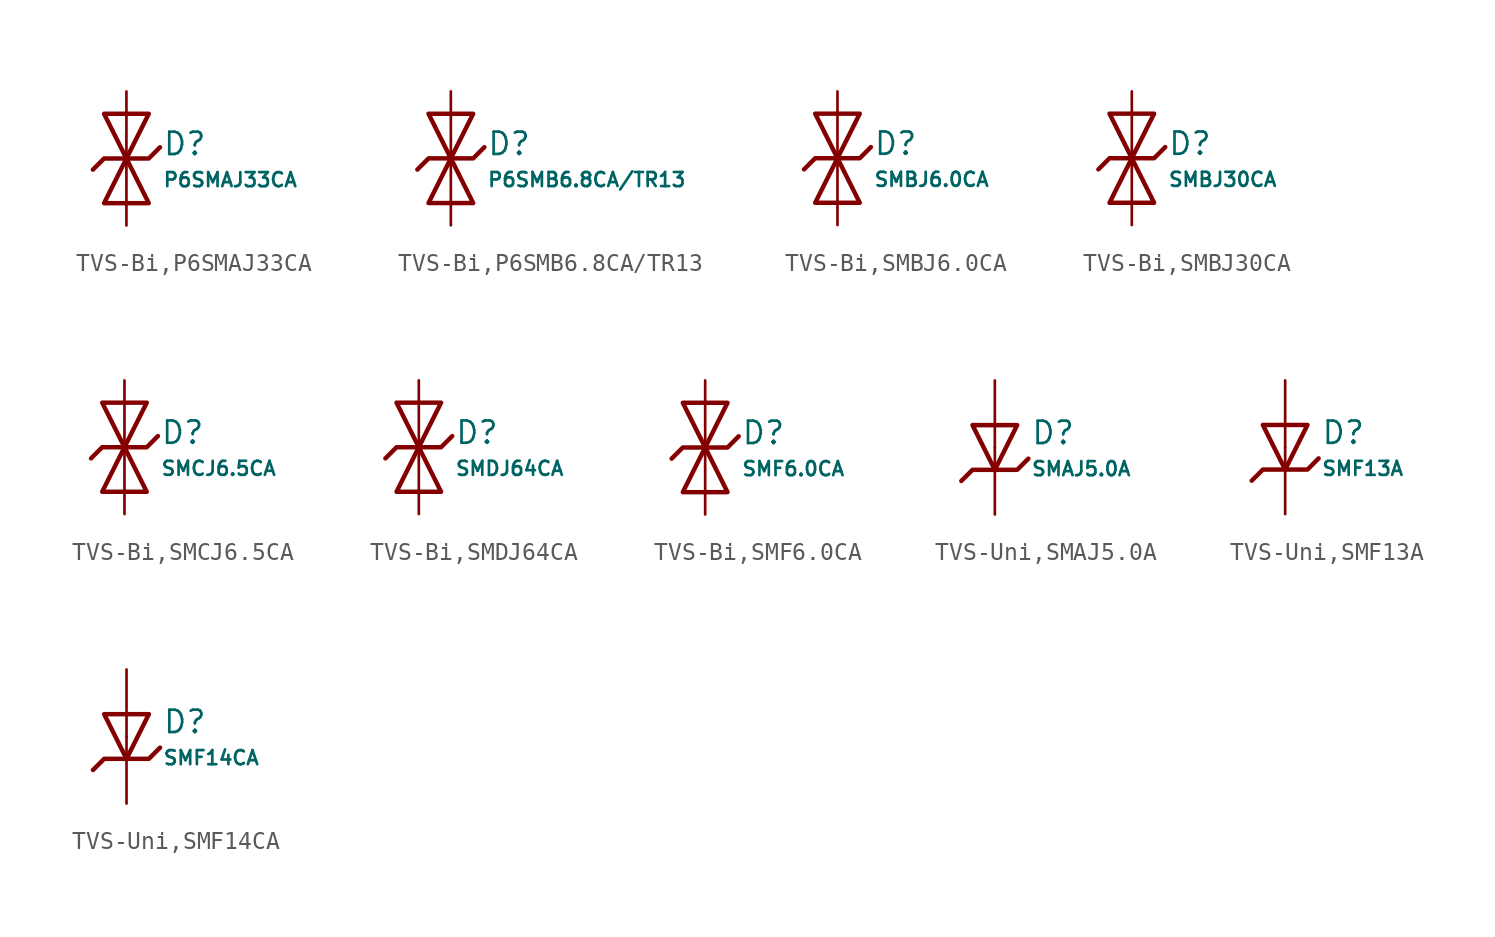
<source format=kicad_sym>
(kicad_symbol_lib
  (version 20231120)
  (generator "CDFER")
  (generator_version "8.0")
  (symbol "TVS-Bi,P6SMAJ33CA"
    (pin_numbers hide)
    (pin_names
      (offset 0))
    (property "Reference" "D"
      (at 2.032 0.834 0)
      (effects (font (size 1.27 1.27)) (justify left)))
    (property "Value" "P6SMAJ33CA"
      (at 2.032 -1.212 0)
      (effects (font (size 0.8 0.8)) (justify left)))
    (symbol "TVS-Bi,P6SMAJ33CA_0_1"
      (polyline (pts (xy -1.27 2.54) (xy 0 0) (xy 1.27 2.54) (xy -1.27 2.54)) (stroke (width 0.254) (type default)) (fill (type none))))
    (symbol "TVS-Bi,P6SMAJ33CA_0_1"
      (polyline (pts (xy 1.27 -2.54) (xy 0 0) (xy -1.27 -2.54) (xy 1.27 -2.54)) (stroke (width 0.254) (type default)) (fill (type none))))
    (symbol "TVS-Bi,P6SMAJ33CA_0_1"
      (polyline (pts (xy -1.905 -0.635) (xy -1.27 0) (xy 1.27 0) (xy 1.905 0.635)) (stroke (width 0.254) (type default)) (fill (type none))))
    (symbol "TVS-Bi,P6SMAJ33CA_1_1"
      (pin passive line (at 0 3.81 270) (length 3.81) (name "~" (effects (font (size 1.27 1.27)))) (number "2" (effects (font (size 1.27 1.27)))))
      (pin passive line (at 0 -3.81 90) (length 3.81) (name "~" (effects (font (size 1.27 1.27)))) (number "1" (effects (font (size 1.27 1.27)))))))
  (symbol "TVS-Bi,P6SMB6.8CA/TR13"
    (pin_numbers hide)
    (pin_names
      (offset 0))
    (property "Reference" "D"
      (at 2.032 0.834 0)
      (effects (font (size 1.27 1.27)) (justify left)))
    (property "Value" "P6SMB6.8CA/TR13"
      (at 2.032 -1.212 0)
      (effects (font (size 0.8 0.8)) (justify left)))
    (symbol "TVS-Bi,P6SMB6.8CA/TR13_0_1"
      (polyline (pts (xy -1.27 2.54) (xy 0 0) (xy 1.27 2.54) (xy -1.27 2.54)) (stroke (width 0.254) (type default)) (fill (type none))))
    (symbol "TVS-Bi,P6SMB6.8CA/TR13_0_1"
      (polyline (pts (xy 1.27 -2.54) (xy 0 0) (xy -1.27 -2.54) (xy 1.27 -2.54)) (stroke (width 0.254) (type default)) (fill (type none))))
    (symbol "TVS-Bi,P6SMB6.8CA/TR13_0_1"
      (polyline (pts (xy -1.905 -0.635) (xy -1.27 0) (xy 1.27 0) (xy 1.905 0.635)) (stroke (width 0.254) (type default)) (fill (type none))))
    (symbol "TVS-Bi,P6SMB6.8CA/TR13_1_1"
      (pin passive line (at 0 3.81 270) (length 3.81) (name "~" (effects (font (size 1.27 1.27)))) (number "2" (effects (font (size 1.27 1.27)))))
      (pin passive line (at 0 -3.81 90) (length 3.81) (name "~" (effects (font (size 1.27 1.27)))) (number "1" (effects (font (size 1.27 1.27)))))))
  (symbol "TVS-Bi,SMBJ6.0CA"
    (pin_numbers hide)
    (pin_names
      (offset 0))
    (property "Reference" "D"
      (at 2.032 0.834 0)
      (effects (font (size 1.27 1.27)) (justify left)))
    (property "Value" "SMBJ6.0CA"
      (at 2.032 -1.212 0)
      (effects (font (size 0.8 0.8)) (justify left)))
    (symbol "TVS-Bi,SMBJ6.0CA_0_1"
      (polyline (pts (xy -1.27 2.54) (xy 0 0) (xy 1.27 2.54) (xy -1.27 2.54)) (stroke (width 0.254) (type default)) (fill (type none))))
    (symbol "TVS-Bi,SMBJ6.0CA_0_1"
      (polyline (pts (xy 1.27 -2.54) (xy 0 0) (xy -1.27 -2.54) (xy 1.27 -2.54)) (stroke (width 0.254) (type default)) (fill (type none))))
    (symbol "TVS-Bi,SMBJ6.0CA_0_1"
      (polyline (pts (xy -1.905 -0.635) (xy -1.27 0) (xy 1.27 0) (xy 1.905 0.635)) (stroke (width 0.254) (type default)) (fill (type none))))
    (symbol "TVS-Bi,SMBJ6.0CA_1_1"
      (pin passive line (at 0 3.81 270) (length 3.81) (name "~" (effects (font (size 1.27 1.27)))) (number "2" (effects (font (size 1.27 1.27)))))
      (pin passive line (at 0 -3.81 90) (length 3.81) (name "~" (effects (font (size 1.27 1.27)))) (number "1" (effects (font (size 1.27 1.27)))))))
  (symbol "TVS-Bi,SMBJ30CA"
    (pin_numbers hide)
    (pin_names
      (offset 0))
    (property "Reference" "D"
      (at 2.032 0.834 0)
      (effects (font (size 1.27 1.27)) (justify left)))
    (property "Value" "SMBJ30CA"
      (at 2.032 -1.212 0)
      (effects (font (size 0.8 0.8)) (justify left)))
    (symbol "TVS-Bi,SMBJ30CA_0_1"
      (polyline (pts (xy -1.27 2.54) (xy 0 0) (xy 1.27 2.54) (xy -1.27 2.54)) (stroke (width 0.254) (type default)) (fill (type none))))
    (symbol "TVS-Bi,SMBJ30CA_0_1"
      (polyline (pts (xy 1.27 -2.54) (xy 0 0) (xy -1.27 -2.54) (xy 1.27 -2.54)) (stroke (width 0.254) (type default)) (fill (type none))))
    (symbol "TVS-Bi,SMBJ30CA_0_1"
      (polyline (pts (xy -1.905 -0.635) (xy -1.27 0) (xy 1.27 0) (xy 1.905 0.635)) (stroke (width 0.254) (type default)) (fill (type none))))
    (symbol "TVS-Bi,SMBJ30CA_1_1"
      (pin passive line (at 0 3.81 270) (length 3.81) (name "~" (effects (font (size 1.27 1.27)))) (number "2" (effects (font (size 1.27 1.27)))))
      (pin passive line (at 0 -3.81 90) (length 3.81) (name "~" (effects (font (size 1.27 1.27)))) (number "1" (effects (font (size 1.27 1.27)))))))
  (symbol "TVS-Bi,SMCJ6.5CA"
    (pin_numbers hide)
    (pin_names
      (offset 0))
    (property "Reference" "D"
      (at 2.032 0.834 0)
      (effects (font (size 1.27 1.27)) (justify left)))
    (property "Value" "SMCJ6.5CA"
      (at 2.032 -1.212 0)
      (effects (font (size 0.8 0.8)) (justify left)))
    (symbol "TVS-Bi,SMCJ6.5CA_0_1"
      (polyline (pts (xy -1.27 2.54) (xy 0 0) (xy 1.27 2.54) (xy -1.27 2.54)) (stroke (width 0.254) (type default)) (fill (type none))))
    (symbol "TVS-Bi,SMCJ6.5CA_0_1"
      (polyline (pts (xy 1.27 -2.54) (xy 0 0) (xy -1.27 -2.54) (xy 1.27 -2.54)) (stroke (width 0.254) (type default)) (fill (type none))))
    (symbol "TVS-Bi,SMCJ6.5CA_0_1"
      (polyline (pts (xy -1.905 -0.635) (xy -1.27 0) (xy 1.27 0) (xy 1.905 0.635)) (stroke (width 0.254) (type default)) (fill (type none))))
    (symbol "TVS-Bi,SMCJ6.5CA_1_1"
      (pin passive line (at 0 3.81 270) (length 3.81) (name "~" (effects (font (size 1.27 1.27)))) (number "2" (effects (font (size 1.27 1.27)))))
      (pin passive line (at 0 -3.81 90) (length 3.81) (name "~" (effects (font (size 1.27 1.27)))) (number "1" (effects (font (size 1.27 1.27)))))))
  (symbol "TVS-Bi,SMDJ64CA"
    (pin_numbers hide)
    (pin_names
      (offset 0))
    (property "Reference" "D"
      (at 2.032 0.834 0)
      (effects (font (size 1.27 1.27)) (justify left)))
    (property "Value" "SMDJ64CA"
      (at 2.032 -1.212 0)
      (effects (font (size 0.8 0.8)) (justify left)))
    (symbol "TVS-Bi,SMDJ64CA_0_1"
      (polyline (pts (xy -1.27 2.54) (xy 0 0) (xy 1.27 2.54) (xy -1.27 2.54)) (stroke (width 0.254) (type default)) (fill (type none))))
    (symbol "TVS-Bi,SMDJ64CA_0_1"
      (polyline (pts (xy 1.27 -2.54) (xy 0 0) (xy -1.27 -2.54) (xy 1.27 -2.54)) (stroke (width 0.254) (type default)) (fill (type none))))
    (symbol "TVS-Bi,SMDJ64CA_0_1"
      (polyline (pts (xy -1.905 -0.635) (xy -1.27 0) (xy 1.27 0) (xy 1.905 0.635)) (stroke (width 0.254) (type default)) (fill (type none))))
    (symbol "TVS-Bi,SMDJ64CA_1_1"
      (pin passive line (at 0 3.81 270) (length 3.81) (name "~" (effects (font (size 1.27 1.27)))) (number "2" (effects (font (size 1.27 1.27)))))
      (pin passive line (at 0 -3.81 90) (length 3.81) (name "~" (effects (font (size 1.27 1.27)))) (number "1" (effects (font (size 1.27 1.27)))))))
  (symbol "TVS-Bi,SMF6.0CA"
    (pin_numbers hide)
    (pin_names
      (offset 0))
    (property "Reference" "D"
      (at 2.032 0.834 0)
      (effects (font (size 1.27 1.27)) (justify left)))
    (property "Value" "SMF6.0CA"
      (at 2.032 -1.212 0)
      (effects (font (size 0.8 0.8)) (justify left)))
    (symbol "TVS-Bi,SMF6.0CA_0_1"
      (polyline (pts (xy -1.27 2.54) (xy 0 0) (xy 1.27 2.54) (xy -1.27 2.54)) (stroke (width 0.254) (type default)) (fill (type none))))
    (symbol "TVS-Bi,SMF6.0CA_0_1"
      (polyline (pts (xy 1.27 -2.54) (xy 0 0) (xy -1.27 -2.54) (xy 1.27 -2.54)) (stroke (width 0.254) (type default)) (fill (type none))))
    (symbol "TVS-Bi,SMF6.0CA_0_1"
      (polyline (pts (xy -1.905 -0.635) (xy -1.27 0) (xy 1.27 0) (xy 1.905 0.635)) (stroke (width 0.254) (type default)) (fill (type none))))
    (symbol "TVS-Bi,SMF6.0CA_1_1"
      (pin passive line (at 0 3.81 270) (length 3.81) (name "~" (effects (font (size 1.27 1.27)))) (number "2" (effects (font (size 1.27 1.27)))))
      (pin passive line (at 0 -3.81 90) (length 3.81) (name "~" (effects (font (size 1.27 1.27)))) (number "1" (effects (font (size 1.27 1.27)))))))
  (symbol "TVS-Uni,SMAJ5.0A"
    (pin_numbers hide)
    (pin_names
      (offset 0))
    (property "Reference" "D"
      (at 2.032 0.834 0)
      (effects (font (size 1.27 1.27)) (justify left)))
    (property "Value" "SMAJ5.0A"
      (at 2.032 -1.212 0)
      (effects (font (size 0.8 0.8)) (justify left)))
    (symbol "TVS-Uni,SMAJ5.0A_0_1"
      (polyline (pts (xy -1.27 1.27) (xy 0.00 -1.27) (xy 1.27 1.27) (xy -1.27 1.27)) (stroke (width 0.254) (type default)) (fill (type none))))
    (symbol "TVS-Uni,SMAJ5.0A_0_1"
      (polyline (pts (xy -1.905 -1.905) (xy -1.27 -1.27) (xy 1.27 -1.27) (xy 1.905 -0.635)) (stroke (width 0.254) (type default)) (fill (type none))))
    (symbol "TVS-Uni,SMAJ5.0A_1_1"
      (pin passive line (at 0 3.81 270) (length 3.81) (name "~" (effects (font (size 1.27 1.27)))) (number "2" (effects (font (size 1.27 1.27)))))
      (pin passive line (at 0 -3.81 90) (length 3.81) (name "~" (effects (font (size 1.27 1.27)))) (number "1" (effects (font (size 1.27 1.27)))))))
  (symbol "TVS-Uni,SMF13A"
    (pin_numbers hide)
    (pin_names
      (offset 0))
    (property "Reference" "D"
      (at 2.032 0.834 0)
      (effects (font (size 1.27 1.27)) (justify left)))
    (property "Value" "SMF13A"
      (at 2.032 -1.212 0)
      (effects (font (size 0.8 0.8)) (justify left)))
    (symbol "TVS-Uni,SMF13A_0_1"
      (polyline (pts (xy -1.27 1.27) (xy 0.00 -1.27) (xy 1.27 1.27) (xy -1.27 1.27)) (stroke (width 0.254) (type default)) (fill (type none))))
    (symbol "TVS-Uni,SMF13A_0_1"
      (polyline (pts (xy -1.905 -1.905) (xy -1.27 -1.27) (xy 1.27 -1.27) (xy 1.905 -0.635)) (stroke (width 0.254) (type default)) (fill (type none))))
    (symbol "TVS-Uni,SMF13A_1_1"
      (pin passive line (at 0 3.81 270) (length 3.81) (name "~" (effects (font (size 1.27 1.27)))) (number "2" (effects (font (size 1.27 1.27)))))
      (pin passive line (at 0 -3.81 90) (length 3.81) (name "~" (effects (font (size 1.27 1.27)))) (number "1" (effects (font (size 1.27 1.27)))))))
  (symbol "TVS-Uni,SMF14CA"
    (pin_numbers hide)
    (pin_names
      (offset 0))
    (property "Reference" "D"
      (at 2.032 0.834 0)
      (effects (font (size 1.27 1.27)) (justify left)))
    (property "Value" "SMF14CA"
      (at 2.032 -1.212 0)
      (effects (font (size 0.8 0.8)) (justify left)))
    (symbol "TVS-Uni,SMF14CA_0_1"
      (polyline (pts (xy -1.27 1.27) (xy 0.00 -1.27) (xy 1.27 1.27) (xy -1.27 1.27)) (stroke (width 0.254) (type default)) (fill (type none))))
    (symbol "TVS-Uni,SMF14CA_0_1"
      (polyline (pts (xy -1.905 -1.905) (xy -1.27 -1.27) (xy 1.27 -1.27) (xy 1.905 -0.635)) (stroke (width 0.254) (type default)) (fill (type none))))
    (symbol "TVS-Uni,SMF14CA_1_1"
      (pin passive line (at 0 3.81 270) (length 3.81) (name "~" (effects (font (size 1.27 1.27)))) (number "2" (effects (font (size 1.27 1.27)))))
      (pin passive line (at 0 -3.81 90) (length 3.81) (name "~" (effects (font (size 1.27 1.27)))) (number "1" (effects (font (size 1.27 1.27))))))))
</source>
